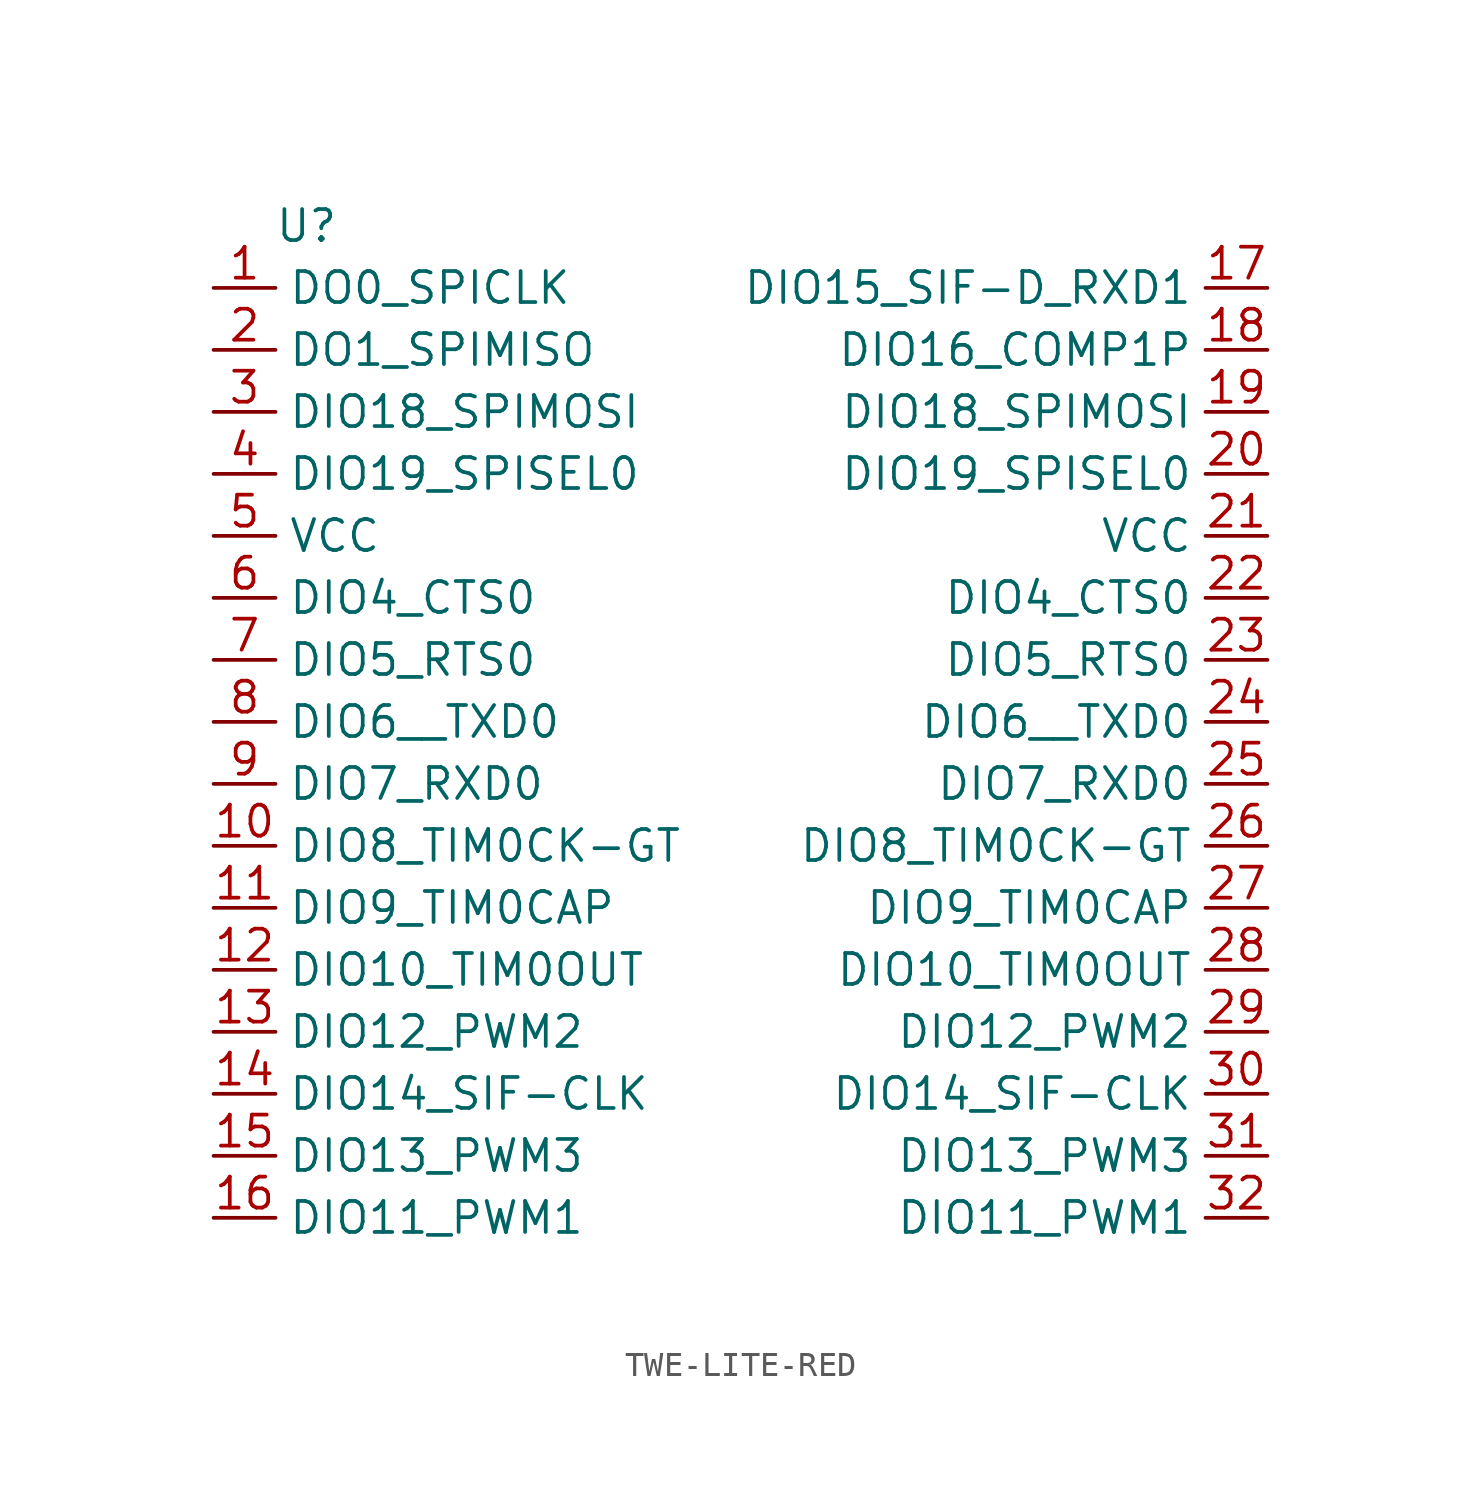
<source format=kicad_sym>
(kicad_symbol_lib
  (version 20231120)
  (generator "kicad_symbol_editor")
  (generator_version "8.0")
  (symbol "TWE-LITE-RED"
    (property "Reference" "U"
      (at 0 0 0)
      (effects (font (size 1.27 1.27))))
    (property "Value" ""
      (at 0 0 0)
      (effects (font (size 1.27 1.27))))
    (symbol "TWE-LITE-RED_1_1"
      (pin passive line (at -3.81 -2.54 0) (length 2.54) (name "DO0_SPICLK" (effects (font (size 1.27 1.27)))) (number "1" (effects (font (size 1.27 1.27)))))
      (pin passive line (at -3.81 -25.4 0) (length 2.54) (name "DIO8_TIM0CK-GT" (effects (font (size 1.27 1.27)))) (number "10" (effects (font (size 1.27 1.27)))))
      (pin passive line (at -3.81 -27.94 0) (length 2.54) (name "DIO9_TIM0CAP" (effects (font (size 1.27 1.27)))) (number "11" (effects (font (size 1.27 1.27)))))
      (pin passive line (at -3.81 -30.48 0) (length 2.54) (name "DIO10_TIM0OUT" (effects (font (size 1.27 1.27)))) (number "12" (effects (font (size 1.27 1.27)))))
      (pin passive line (at -3.81 -33.02 0) (length 2.54) (name "DIO12_PWM2" (effects (font (size 1.27 1.27)))) (number "13" (effects (font (size 1.27 1.27)))))
      (pin passive line (at -3.81 -35.56 0) (length 2.54) (name "DIO14_SIF-CLK" (effects (font (size 1.27 1.27)))) (number "14" (effects (font (size 1.27 1.27)))))
      (pin passive line (at -3.81 -38.1 0) (length 2.54) (name "DIO13_PWM3" (effects (font (size 1.27 1.27)))) (number "15" (effects (font (size 1.27 1.27)))))
      (pin passive line (at -3.81 -40.64 0) (length 2.54) (name "DIO11_PWM1" (effects (font (size 1.27 1.27)))) (number "16" (effects (font (size 1.27 1.27)))))
      (pin passive line (at 39.37 -2.54 180) (length 2.54) (name "DIO15_SIF-D_RXD1" (effects (font (size 1.27 1.27)))) (number "17" (effects (font (size 1.27 1.27)))))
      (pin passive line (at 39.37 -5.08 180) (length 2.54) (name "DIO16_COMP1P" (effects (font (size 1.27 1.27)))) (number "18" (effects (font (size 1.27 1.27)))))
      (pin passive line (at 39.37 -7.62 180) (length 2.54) (name "DIO18_SPIMOSI" (effects (font (size 1.27 1.27)))) (number "19" (effects (font (size 1.27 1.27)))))
      (pin passive line (at -3.81 -5.08 0) (length 2.54) (name "DO1_SPIMISO" (effects (font (size 1.27 1.27)))) (number "2" (effects (font (size 1.27 1.27)))))
      (pin passive line (at 39.37 -10.16 180) (length 2.54) (name "DIO19_SPISEL0" (effects (font (size 1.27 1.27)))) (number "20" (effects (font (size 1.27 1.27)))))
      (pin passive line (at 39.37 -12.7 180) (length 2.54) (name "VCC" (effects (font (size 1.27 1.27)))) (number "21" (effects (font (size 1.27 1.27)))))
      (pin passive line (at 39.37 -15.24 180) (length 2.54) (name "DIO4_CTS0" (effects (font (size 1.27 1.27)))) (number "22" (effects (font (size 1.27 1.27)))))
      (pin passive line (at 39.37 -17.78 180) (length 2.54) (name "DIO5_RTS0" (effects (font (size 1.27 1.27)))) (number "23" (effects (font (size 1.27 1.27)))))
      (pin passive line (at 39.37 -20.32 180) (length 2.54) (name "DIO6__TXD0" (effects (font (size 1.27 1.27)))) (number "24" (effects (font (size 1.27 1.27)))))
      (pin passive line (at 39.37 -22.86 180) (length 2.54) (name "DIO7_RXD0" (effects (font (size 1.27 1.27)))) (number "25" (effects (font (size 1.27 1.27)))))
      (pin passive line (at 39.37 -25.4 180) (length 2.54) (name "DIO8_TIM0CK-GT" (effects (font (size 1.27 1.27)))) (number "26" (effects (font (size 1.27 1.27)))))
      (pin passive line (at 39.37 -27.94 180) (length 2.54) (name "DIO9_TIM0CAP" (effects (font (size 1.27 1.27)))) (number "27" (effects (font (size 1.27 1.27)))))
      (pin passive line (at 39.37 -30.48 180) (length 2.54) (name "DIO10_TIM0OUT" (effects (font (size 1.27 1.27)))) (number "28" (effects (font (size 1.27 1.27)))))
      (pin passive line (at 39.37 -33.02 180) (length 2.54) (name "DIO12_PWM2" (effects (font (size 1.27 1.27)))) (number "29" (effects (font (size 1.27 1.27)))))
      (pin passive line (at -3.81 -7.62 0) (length 2.54) (name "DIO18_SPIMOSI" (effects (font (size 1.27 1.27)))) (number "3" (effects (font (size 1.27 1.27)))))
      (pin passive line (at 39.37 -35.56 180) (length 2.54) (name "DIO14_SIF-CLK" (effects (font (size 1.27 1.27)))) (number "30" (effects (font (size 1.27 1.27)))))
      (pin passive line (at 39.37 -38.1 180) (length 2.54) (name "DIO13_PWM3" (effects (font (size 1.27 1.27)))) (number "31" (effects (font (size 1.27 1.27)))))
      (pin passive line (at 39.37 -40.64 180) (length 2.54) (name "DIO11_PWM1" (effects (font (size 1.27 1.27)))) (number "32" (effects (font (size 1.27 1.27)))))
      (pin passive line (at -3.81 -10.16 0) (length 2.54) (name "DIO19_SPISEL0" (effects (font (size 1.27 1.27)))) (number "4" (effects (font (size 1.27 1.27)))))
      (pin passive line (at -3.81 -12.7 0) (length 2.54) (name "VCC" (effects (font (size 1.27 1.27)))) (number "5" (effects (font (size 1.27 1.27)))))
      (pin passive line (at -3.81 -15.24 0) (length 2.54) (name "DIO4_CTS0" (effects (font (size 1.27 1.27)))) (number "6" (effects (font (size 1.27 1.27)))))
      (pin passive line (at -3.81 -17.78 0) (length 2.54) (name "DIO5_RTS0" (effects (font (size 1.27 1.27)))) (number "7" (effects (font (size 1.27 1.27)))))
      (pin passive line (at -3.81 -20.32 0) (length 2.54) (name "DIO6__TXD0" (effects (font (size 1.27 1.27)))) (number "8" (effects (font (size 1.27 1.27)))))
      (pin passive line (at -3.81 -22.86 0) (length 2.54) (name "DIO7_RXD0" (effects (font (size 1.27 1.27)))) (number "9" (effects (font (size 1.27 1.27))))))))
</source>
